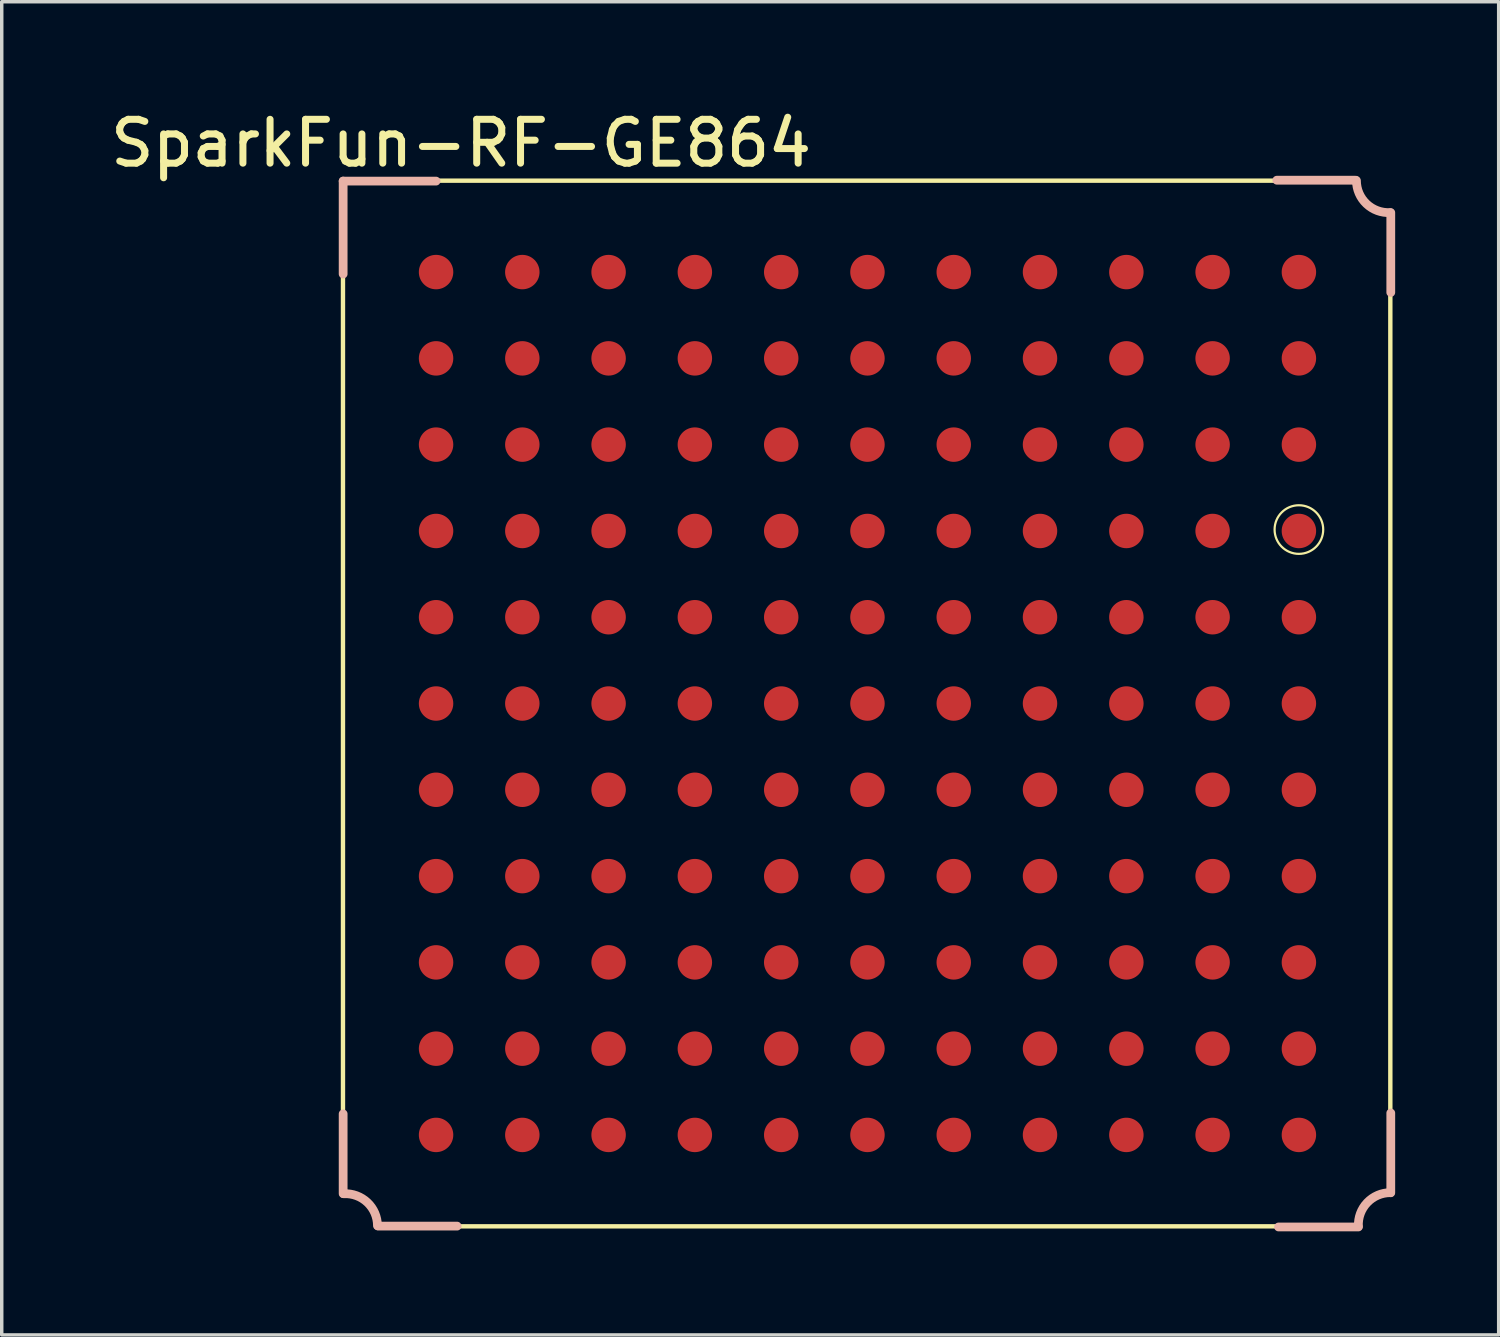
<source format=kicad_pcb>
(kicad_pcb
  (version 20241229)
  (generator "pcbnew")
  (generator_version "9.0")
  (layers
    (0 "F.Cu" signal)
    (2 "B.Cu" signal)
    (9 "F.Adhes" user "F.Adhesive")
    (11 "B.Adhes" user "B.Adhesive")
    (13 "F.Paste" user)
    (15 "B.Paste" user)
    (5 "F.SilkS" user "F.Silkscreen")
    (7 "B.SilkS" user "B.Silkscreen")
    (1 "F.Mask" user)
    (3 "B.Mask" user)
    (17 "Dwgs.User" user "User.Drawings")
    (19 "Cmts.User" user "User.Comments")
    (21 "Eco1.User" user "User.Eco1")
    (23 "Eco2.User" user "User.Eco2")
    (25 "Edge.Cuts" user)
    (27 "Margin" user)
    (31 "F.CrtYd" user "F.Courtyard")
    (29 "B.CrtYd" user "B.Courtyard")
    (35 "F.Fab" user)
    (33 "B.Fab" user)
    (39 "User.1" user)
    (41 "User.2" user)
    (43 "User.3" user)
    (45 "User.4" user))
  (footprint "SparkFun-RF-GE864"
    (layer "F.Cu")
    (at 9.584 29.832)
    (property "Reference" "SparkFun-RF-GE864" (at 0.724 -28.732 0) (layer "F.SilkS") (effects (font (size 1.27 1.27) (thickness 0.203))))
    (attr smd)
    (fp_line (start -2.697 1.648) (end -2.697 -27.648) (stroke (width 0.127) (type solid)) (layer "F.SilkS"))
    (fp_line (start -1.699 2.649) (end 26.698 2.649) (stroke (width 0.127) (type solid)) (layer "F.SilkS"))
    (fp_line (start 26.698 -27.648) (end -2.697 -27.648) (stroke (width 0.127) (type solid)) (layer "F.SilkS"))
    (fp_line (start 27.648 1.699) (end 27.648 -26.698) (stroke (width 0.127) (type solid)) (layer "F.SilkS"))
    (fp_arc (start -2.64922 1.69926) (mid -2.685141 1.684381) (end -2.70002 1.64846) (stroke (width 0.127) (type solid)) (layer "F.SilkS"))
    (fp_arc (start -2.64922 1.69926) (mid -1.971224 1.968401) (end -1.699159 2.645229) (stroke (width 0.127) (type solid)) (layer "F.SilkS"))
    (fp_arc (start 26.69794 2.64922) (mid 26.967871 1.969383) (end 27.646577 1.696622) (stroke (width 0.127) (type solid)) (layer "F.SilkS"))
    (fp_arc (start 27.6479 -26.69794) (mid 26.968853 -26.969712) (end 26.697971 -27.649114) (stroke (width 0.127) (type solid)) (layer "F.SilkS"))
    (fp_circle (center 24.999 -17.539) (end 25.497 -18.037) (stroke (width 0.064) (type solid)) (fill no) (layer "F.SilkS"))
    (fp_line (start -2.692 -27.635) (end -2.692 -24.943) (stroke (width 0.254) (type solid)) (layer "B.SilkS"))
    (fp_line (start -2.692 -27.635) (end 0 -27.635) (stroke (width 0.254) (type solid)) (layer "B.SilkS"))
    (fp_line (start -2.692 1.702) (end -2.692 -0.61) (stroke (width 0.254) (type solid)) (layer "B.SilkS"))
    (fp_line (start 0.61 2.642) (end -1.676 2.642) (stroke (width 0.254) (type solid)) (layer "B.SilkS"))
    (fp_line (start 24.359 -27.661) (end 26.645 -27.661) (stroke (width 0.254) (type solid)) (layer "B.SilkS"))
    (fp_line (start 26.721 2.667) (end 24.409 2.667) (stroke (width 0.254) (type solid)) (layer "B.SilkS"))
    (fp_line (start 27.661 -26.721) (end 27.661 -24.409) (stroke (width 0.254) (type solid)) (layer "B.SilkS"))
    (fp_line (start 27.661 -0.635) (end 27.661 1.676) (stroke (width 0.254) (type solid)) (layer "B.SilkS"))
    (fp_arc (start -2.67462 1.70434) (mid -1.987673 1.957702) (end -1.698006 2.630147) (stroke (width 0.254) (type solid)) (layer "B.SilkS"))
    (fp_arc (start 26.72334 2.64922) (mid 26.976702 1.962273) (end 27.649147 1.672606) (stroke (width 0.254) (type solid)) (layer "B.SilkS"))
    (fp_arc (start 27.64282 -26.72334) (mid 26.955873 -26.976702) (end 26.666206 -27.649147) (stroke (width 0.254) (type solid)) (layer "B.SilkS"))
    (pad "A1" smd circle (at 0 -24.999) (size 0.998 0.998) (layers "F.Cu" "F.Mask" "F.Paste"))
    (pad "A2" smd circle (at 0 -22.499) (size 0.998 0.998) (layers "F.Cu" "F.Mask" "F.Paste"))
    (pad "A3" smd circle (at 0 -20) (size 0.998 0.998) (layers "F.Cu" "F.Mask" "F.Paste"))
    (pad "A4" smd circle (at 0 -17.498) (size 0.998 0.998) (layers "F.Cu" "F.Mask" "F.Paste"))
    (pad "A5" smd circle (at 0 -14.999) (size 0.998 0.998) (layers "F.Cu" "F.Mask" "F.Paste"))
    (pad "A6" smd circle (at 0 -12.499) (size 0.998 0.998) (layers "F.Cu" "F.Mask" "F.Paste"))
    (pad "A7" smd circle (at 0 -10) (size 0.998 0.998) (layers "F.Cu" "F.Mask" "F.Paste"))
    (pad "A8" smd circle (at 0 -7.498) (size 0.998 0.998) (layers "F.Cu" "F.Mask" "F.Paste"))
    (pad "A9" smd circle (at 0 -4.999) (size 0.998 0.998) (layers "F.Cu" "F.Mask" "F.Paste"))
    (pad "A10" smd circle (at 0 -2.499) (size 0.998 0.998) (layers "F.Cu" "F.Mask" "F.Paste"))
    (pad "A11" smd circle (at 0 0) (size 0.998 0.998) (layers "F.Cu" "F.Mask" "F.Paste"))
    (pad "B1" smd circle (at 2.499 -24.999) (size 0.998 0.998) (layers "F.Cu" "F.Mask" "F.Paste"))
    (pad "B2" smd circle (at 2.499 -22.499) (size 0.998 0.998) (layers "F.Cu" "F.Mask" "F.Paste"))
    (pad "B3" smd circle (at 2.499 -20) (size 0.998 0.998) (layers "F.Cu" "F.Mask" "F.Paste"))
    (pad "B4" smd circle (at 2.499 -17.498) (size 0.998 0.998) (layers "F.Cu" "F.Mask" "F.Paste"))
    (pad "B5" smd circle (at 2.499 -14.999) (size 0.998 0.998) (layers "F.Cu" "F.Mask" "F.Paste"))
    (pad "B6" smd circle (at 2.499 -12.499) (size 0.998 0.998) (layers "F.Cu" "F.Mask" "F.Paste"))
    (pad "B7" smd circle (at 2.499 -10) (size 0.998 0.998) (layers "F.Cu" "F.Mask" "F.Paste"))
    (pad "B8" smd circle (at 2.499 -7.498) (size 0.998 0.998) (layers "F.Cu" "F.Mask" "F.Paste"))
    (pad "B9" smd circle (at 2.499 -4.999) (size 0.998 0.998) (layers "F.Cu" "F.Mask" "F.Paste"))
    (pad "B10" smd circle (at 2.499 -2.499) (size 0.998 0.998) (layers "F.Cu" "F.Mask" "F.Paste"))
    (pad "B11" smd circle (at 2.499 0) (size 0.998 0.998) (layers "F.Cu" "F.Mask" "F.Paste"))
    (pad "C1" smd circle (at 4.999 -24.999) (size 0.998 0.998) (layers "F.Cu" "F.Mask" "F.Paste"))
    (pad "C2" smd circle (at 4.999 -22.499) (size 0.998 0.998) (layers "F.Cu" "F.Mask" "F.Paste"))
    (pad "C3" smd circle (at 4.999 -20) (size 0.998 0.998) (layers "F.Cu" "F.Mask" "F.Paste"))
    (pad "C4" smd circle (at 4.999 -17.498) (size 0.998 0.998) (layers "F.Cu" "F.Mask" "F.Paste"))
    (pad "C5" smd circle (at 4.999 -14.999) (size 0.998 0.998) (layers "F.Cu" "F.Mask" "F.Paste"))
    (pad "C6" smd circle (at 4.999 -12.499) (size 0.998 0.998) (layers "F.Cu" "F.Mask" "F.Paste"))
    (pad "C7" smd circle (at 4.999 -10) (size 0.998 0.998) (layers "F.Cu" "F.Mask" "F.Paste"))
    (pad "C8" smd circle (at 4.999 -7.498) (size 0.998 0.998) (layers "F.Cu" "F.Mask" "F.Paste"))
    (pad "C9" smd circle (at 4.999 -4.999) (size 0.998 0.998) (layers "F.Cu" "F.Mask" "F.Paste"))
    (pad "C10" smd circle (at 4.999 -2.499) (size 0.998 0.998) (layers "F.Cu" "F.Mask" "F.Paste"))
    (pad "C11" smd circle (at 4.999 0) (size 0.998 0.998) (layers "F.Cu" "F.Mask" "F.Paste"))
    (pad "D1" smd circle (at 7.498 -24.999) (size 0.998 0.998) (layers "F.Cu" "F.Mask" "F.Paste"))
    (pad "D2" smd circle (at 7.498 -22.499) (size 0.998 0.998) (layers "F.Cu" "F.Mask" "F.Paste"))
    (pad "D3" smd circle (at 7.498 -20) (size 0.998 0.998) (layers "F.Cu" "F.Mask" "F.Paste"))
    (pad "D4" smd circle (at 7.498 -17.498) (size 0.998 0.998) (layers "F.Cu" "F.Mask" "F.Paste"))
    (pad "D5" smd circle (at 7.498 -14.999) (size 0.998 0.998) (layers "F.Cu" "F.Mask" "F.Paste"))
    (pad "D6" smd circle (at 7.498 -12.499) (size 0.998 0.998) (layers "F.Cu" "F.Mask" "F.Paste"))
    (pad "D7" smd circle (at 7.498 -10) (size 0.998 0.998) (layers "F.Cu" "F.Mask" "F.Paste"))
    (pad "D8" smd circle (at 7.498 -7.498) (size 0.998 0.998) (layers "F.Cu" "F.Mask" "F.Paste"))
    (pad "D9" smd circle (at 7.498 -4.999) (size 0.998 0.998) (layers "F.Cu" "F.Mask" "F.Paste"))
    (pad "D10" smd circle (at 7.498 -2.499) (size 0.998 0.998) (layers "F.Cu" "F.Mask" "F.Paste"))
    (pad "D11" smd circle (at 7.498 0) (size 0.998 0.998) (layers "F.Cu" "F.Mask" "F.Paste"))
    (pad "E1" smd circle (at 10 -24.999) (size 0.998 0.998) (layers "F.Cu" "F.Mask" "F.Paste"))
    (pad "E2" smd circle (at 10 -22.499) (size 0.998 0.998) (layers "F.Cu" "F.Mask" "F.Paste"))
    (pad "E3" smd circle (at 10 -20) (size 0.998 0.998) (layers "F.Cu" "F.Mask" "F.Paste"))
    (pad "E4" smd circle (at 10 -17.498) (size 0.998 0.998) (layers "F.Cu" "F.Mask" "F.Paste"))
    (pad "E5" smd circle (at 10 -14.999) (size 0.998 0.998) (layers "F.Cu" "F.Mask" "F.Paste"))
    (pad "E6" smd circle (at 10 -12.499) (size 0.998 0.998) (layers "F.Cu" "F.Mask" "F.Paste"))
    (pad "E7" smd circle (at 10 -10) (size 0.998 0.998) (layers "F.Cu" "F.Mask" "F.Paste"))
    (pad "E8" smd circle (at 10 -7.498) (size 0.998 0.998) (layers "F.Cu" "F.Mask" "F.Paste"))
    (pad "E9" smd circle (at 10 -4.999) (size 0.998 0.998) (layers "F.Cu" "F.Mask" "F.Paste"))
    (pad "E10" smd circle (at 10 -2.499) (size 0.998 0.998) (layers "F.Cu" "F.Mask" "F.Paste"))
    (pad "E11" smd circle (at 10 0) (size 0.998 0.998) (layers "F.Cu" "F.Mask" "F.Paste"))
    (pad "F1" smd circle (at 12.499 -24.999) (size 0.998 0.998) (layers "F.Cu" "F.Mask" "F.Paste"))
    (pad "F2" smd circle (at 12.499 -22.499) (size 0.998 0.998) (layers "F.Cu" "F.Mask" "F.Paste"))
    (pad "F3" smd circle (at 12.499 -20) (size 0.998 0.998) (layers "F.Cu" "F.Mask" "F.Paste"))
    (pad "F4" smd circle (at 12.499 -17.498) (size 0.998 0.998) (layers "F.Cu" "F.Mask" "F.Paste"))
    (pad "F5" smd circle (at 12.499 -14.999) (size 0.998 0.998) (layers "F.Cu" "F.Mask" "F.Paste"))
    (pad "F6" smd circle (at 12.499 -12.499) (size 0.998 0.998) (layers "F.Cu" "F.Mask" "F.Paste"))
    (pad "F7" smd circle (at 12.499 -10) (size 0.998 0.998) (layers "F.Cu" "F.Mask" "F.Paste"))
    (pad "F8" smd circle (at 12.499 -7.498) (size 0.998 0.998) (layers "F.Cu" "F.Mask" "F.Paste"))
    (pad "F9" smd circle (at 12.499 -4.999) (size 0.998 0.998) (layers "F.Cu" "F.Mask" "F.Paste"))
    (pad "F10" smd circle (at 12.499 -2.499) (size 0.998 0.998) (layers "F.Cu" "F.Mask" "F.Paste"))
    (pad "F11" smd circle (at 12.499 0) (size 0.998 0.998) (layers "F.Cu" "F.Mask" "F.Paste"))
    (pad "G1" smd circle (at 14.999 -24.999) (size 0.998 0.998) (layers "F.Cu" "F.Mask" "F.Paste"))
    (pad "G2" smd circle (at 14.999 -22.499) (size 0.998 0.998) (layers "F.Cu" "F.Mask" "F.Paste"))
    (pad "G3" smd circle (at 14.999 -20) (size 0.998 0.998) (layers "F.Cu" "F.Mask" "F.Paste"))
    (pad "G4" smd circle (at 14.999 -17.498) (size 0.998 0.998) (layers "F.Cu" "F.Mask" "F.Paste"))
    (pad "G5" smd circle (at 14.999 -14.999) (size 0.998 0.998) (layers "F.Cu" "F.Mask" "F.Paste"))
    (pad "G6" smd circle (at 14.999 -12.499) (size 0.998 0.998) (layers "F.Cu" "F.Mask" "F.Paste"))
    (pad "G7" smd circle (at 14.999 -10) (size 0.998 0.998) (layers "F.Cu" "F.Mask" "F.Paste"))
    (pad "G8" smd circle (at 14.999 -7.498) (size 0.998 0.998) (layers "F.Cu" "F.Mask" "F.Paste"))
    (pad "G9" smd circle (at 14.999 -4.999) (size 0.998 0.998) (layers "F.Cu" "F.Mask" "F.Paste"))
    (pad "G10" smd circle (at 14.999 -2.499) (size 0.998 0.998) (layers "F.Cu" "F.Mask" "F.Paste"))
    (pad "G11" smd circle (at 14.999 0) (size 0.998 0.998) (layers "F.Cu" "F.Mask" "F.Paste"))
    (pad "H1" smd circle (at 17.498 -24.999) (size 0.998 0.998) (layers "F.Cu" "F.Mask" "F.Paste"))
    (pad "H2" smd circle (at 17.498 -22.499) (size 0.998 0.998) (layers "F.Cu" "F.Mask" "F.Paste"))
    (pad "H3" smd circle (at 17.498 -20) (size 0.998 0.998) (layers "F.Cu" "F.Mask" "F.Paste"))
    (pad "H4" smd circle (at 17.498 -17.498) (size 0.998 0.998) (layers "F.Cu" "F.Mask" "F.Paste"))
    (pad "H5" smd circle (at 17.498 -14.999) (size 0.998 0.998) (layers "F.Cu" "F.Mask" "F.Paste"))
    (pad "H6" smd circle (at 17.498 -12.499) (size 0.998 0.998) (layers "F.Cu" "F.Mask" "F.Paste"))
    (pad "H7" smd circle (at 17.498 -10) (size 0.998 0.998) (layers "F.Cu" "F.Mask" "F.Paste"))
    (pad "H8" smd circle (at 17.498 -7.498) (size 0.998 0.998) (layers "F.Cu" "F.Mask" "F.Paste"))
    (pad "H9" smd circle (at 17.498 -4.999) (size 0.998 0.998) (layers "F.Cu" "F.Mask" "F.Paste"))
    (pad "H10" smd circle (at 17.498 -2.499) (size 0.998 0.998) (layers "F.Cu" "F.Mask" "F.Paste"))
    (pad "H11" smd circle (at 17.498 0) (size 0.998 0.998) (layers "F.Cu" "F.Mask" "F.Paste"))
    (pad "J1" smd circle (at 20 -24.999) (size 0.998 0.998) (layers "F.Cu" "F.Mask" "F.Paste"))
    (pad "J2" smd circle (at 20 -22.499) (size 0.998 0.998) (layers "F.Cu" "F.Mask" "F.Paste"))
    (pad "J3" smd circle (at 20 -20) (size 0.998 0.998) (layers "F.Cu" "F.Mask" "F.Paste"))
    (pad "J4" smd circle (at 20 -17.498) (size 0.998 0.998) (layers "F.Cu" "F.Mask" "F.Paste"))
    (pad "J5" smd circle (at 20 -14.999) (size 0.998 0.998) (layers "F.Cu" "F.Mask" "F.Paste"))
    (pad "J6" smd circle (at 20 -12.499) (size 0.998 0.998) (layers "F.Cu" "F.Mask" "F.Paste"))
    (pad "J7" smd circle (at 20 -10) (size 0.998 0.998) (layers "F.Cu" "F.Mask" "F.Paste"))
    (pad "J8" smd circle (at 20 -7.498) (size 0.998 0.998) (layers "F.Cu" "F.Mask" "F.Paste"))
    (pad "J9" smd circle (at 20 -4.999) (size 0.998 0.998) (layers "F.Cu" "F.Mask" "F.Paste"))
    (pad "J10" smd circle (at 20 -2.499) (size 0.998 0.998) (layers "F.Cu" "F.Mask" "F.Paste"))
    (pad "J11" smd circle (at 20 0) (size 0.998 0.998) (layers "F.Cu" "F.Mask" "F.Paste"))
    (pad "K1" smd circle (at 22.499 -24.999) (size 0.998 0.998) (layers "F.Cu" "F.Mask" "F.Paste"))
    (pad "K2" smd circle (at 22.499 -22.499) (size 0.998 0.998) (layers "F.Cu" "F.Mask" "F.Paste"))
    (pad "K3" smd circle (at 22.499 -20) (size 0.998 0.998) (layers "F.Cu" "F.Mask" "F.Paste"))
    (pad "K4" smd circle (at 22.499 -17.498) (size 0.998 0.998) (layers "F.Cu" "F.Mask" "F.Paste"))
    (pad "K5" smd circle (at 22.499 -14.999) (size 0.998 0.998) (layers "F.Cu" "F.Mask" "F.Paste"))
    (pad "K6" smd circle (at 22.499 -12.499) (size 0.998 0.998) (layers "F.Cu" "F.Mask" "F.Paste"))
    (pad "K7" smd circle (at 22.499 -10) (size 0.998 0.998) (layers "F.Cu" "F.Mask" "F.Paste"))
    (pad "K8" smd circle (at 22.499 -7.498) (size 0.998 0.998) (layers "F.Cu" "F.Mask" "F.Paste"))
    (pad "K9" smd circle (at 22.499 -4.999) (size 0.998 0.998) (layers "F.Cu" "F.Mask" "F.Paste"))
    (pad "K10" smd circle (at 22.499 -2.499) (size 0.998 0.998) (layers "F.Cu" "F.Mask" "F.Paste"))
    (pad "K11" smd circle (at 22.499 0) (size 0.998 0.998) (layers "F.Cu" "F.Mask" "F.Paste"))
    (pad "L1" smd circle (at 24.999 -24.999) (size 0.998 0.998) (layers "F.Cu" "F.Mask" "F.Paste"))
    (pad "L2" smd circle (at 24.999 -22.499) (size 0.998 0.998) (layers "F.Cu" "F.Mask" "F.Paste"))
    (pad "L3" smd circle (at 24.999 -20) (size 0.998 0.998) (layers "F.Cu" "F.Mask" "F.Paste"))
    (pad "L4" smd circle (at 24.999 -17.498) (size 0.998 0.998) (layers "F.Cu" "F.Mask" "F.Paste"))
    (pad "L5" smd circle (at 24.999 -14.999) (size 0.998 0.998) (layers "F.Cu" "F.Mask" "F.Paste"))
    (pad "L6" smd circle (at 24.999 -12.499) (size 0.998 0.998) (layers "F.Cu" "F.Mask" "F.Paste"))
    (pad "L7" smd circle (at 24.999 -10) (size 0.998 0.998) (layers "F.Cu" "F.Mask" "F.Paste"))
    (pad "L8" smd circle (at 24.999 -7.498) (size 0.998 0.998) (layers "F.Cu" "F.Mask" "F.Paste"))
    (pad "L9" smd circle (at 24.999 -4.999) (size 0.998 0.998) (layers "F.Cu" "F.Mask" "F.Paste"))
    (pad "L10" smd circle (at 24.999 -2.499) (size 0.998 0.998) (layers "F.Cu" "F.Mask" "F.Paste"))
    (pad "L11" smd circle (at 24.999 0) (size 0.998 0.998) (layers "F.Cu" "F.Mask" "F.Paste")))
  (gr_rect
    (start -3 -3)
    (end 40.371 35.626)
    (stroke (width 0.1) (type default))
    (fill no)
    (layer "Edge.Cuts")))
</source>
